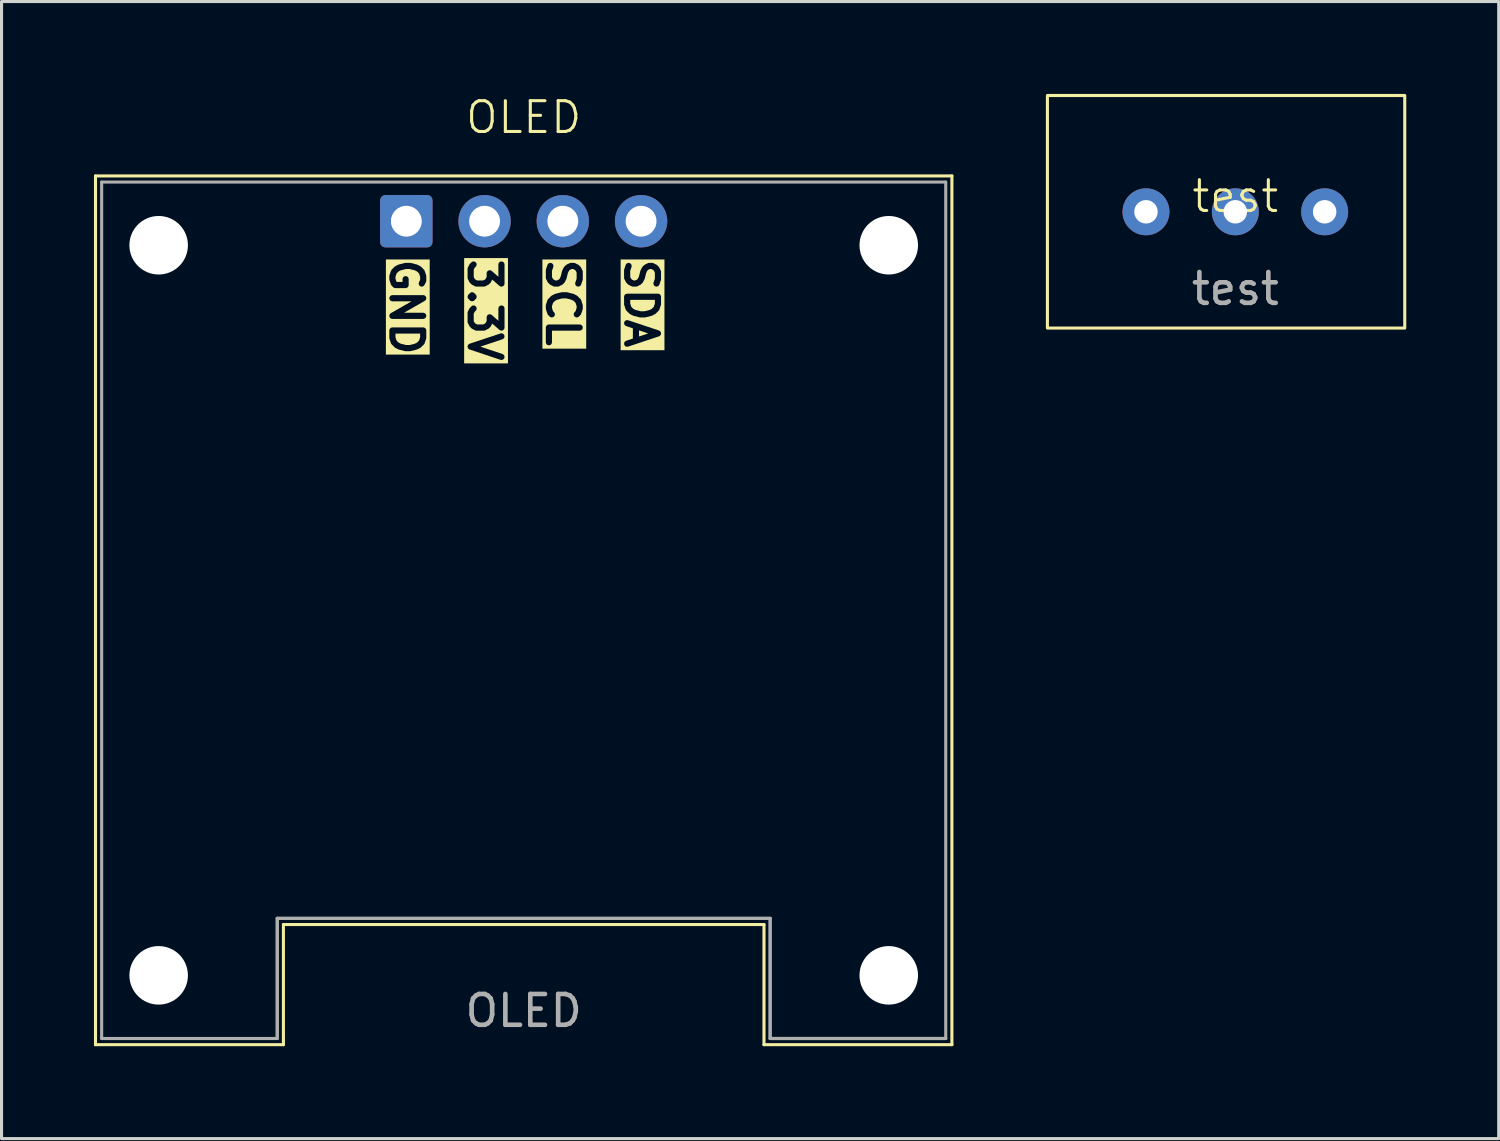
<source format=kicad_pcb>
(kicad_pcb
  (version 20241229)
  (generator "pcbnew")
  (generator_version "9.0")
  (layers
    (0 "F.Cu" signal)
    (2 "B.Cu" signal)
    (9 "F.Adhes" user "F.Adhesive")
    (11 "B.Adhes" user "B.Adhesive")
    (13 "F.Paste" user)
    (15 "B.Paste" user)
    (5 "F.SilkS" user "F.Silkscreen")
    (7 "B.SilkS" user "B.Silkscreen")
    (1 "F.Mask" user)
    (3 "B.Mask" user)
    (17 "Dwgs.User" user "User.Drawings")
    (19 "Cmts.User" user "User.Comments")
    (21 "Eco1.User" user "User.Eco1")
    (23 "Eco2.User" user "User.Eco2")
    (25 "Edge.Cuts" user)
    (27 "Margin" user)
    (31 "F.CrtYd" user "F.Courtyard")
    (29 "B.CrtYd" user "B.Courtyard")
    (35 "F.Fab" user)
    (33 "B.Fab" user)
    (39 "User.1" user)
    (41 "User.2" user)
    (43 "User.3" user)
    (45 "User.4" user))
  (footprint "OLED"
    (layer "F.Cu")
    (at 13.95 16.761)
    (property "Reference" "OLED" (at 0 -16 0) (unlocked yes) (layer "F.SilkS") (effects (font (size 1 1) (thickness 0.1))))
    (attr through_hole)
    (fp_line (start -13.9 -14.1) (end -13.9 14.1) (stroke (width 0.1) (type default)) (layer "F.SilkS"))
    (fp_line (start -13.9 -14.1) (end 13.9 -14.1) (stroke (width 0.1) (type default)) (layer "F.SilkS"))
    (fp_line (start -13.9 14.1) (end -7.8 14.1) (stroke (width 0.1) (type default)) (layer "F.SilkS"))
    (fp_line (start -7.8 10.2) (end 7.8 10.2) (stroke (width 0.1) (type default)) (layer "F.SilkS"))
    (fp_line (start -7.8 14.1) (end -7.8 10.2) (stroke (width 0.1) (type default)) (layer "F.SilkS"))
    (fp_line (start 7.8 14.1) (end 7.8 10.2) (stroke (width 0.1) (type default)) (layer "F.SilkS"))
    (fp_line (start 7.8 14.1) (end 13.9 14.1) (stroke (width 0.1) (type default)) (layer "F.SilkS"))
    (fp_line (start 13.9 14.1) (end 13.9 -14.1) (stroke (width 0.1) (type default)) (layer "F.SilkS"))
    (fp_line (start -13.7 -13.9) (end -13.7 13.9) (stroke (width 0.1) (type default)) (layer "F.Fab"))
    (fp_line (start -13.7 -13.9) (end 13.7 -13.9) (stroke (width 0.1) (type default)) (layer "F.Fab"))
    (fp_line (start -13.7 13.9) (end -8 13.9) (stroke (width 0.1) (type default)) (layer "F.Fab"))
    (fp_line (start -8 10) (end 8 10) (stroke (width 0.1) (type default)) (layer "F.Fab"))
    (fp_line (start -8 10) (end 8 10) (stroke (width 0.1) (type default)) (layer "F.Fab"))
    (fp_line (start -8 13.9) (end -8 10) (stroke (width 0.1) (type default)) (layer "F.Fab"))
    (fp_line (start -8 13.9) (end -8 10) (stroke (width 0.1) (type default)) (layer "F.Fab"))
    (fp_line (start 8 13.9) (end 8 10) (stroke (width 0.1) (type default)) (layer "F.Fab"))
    (fp_line (start 8 13.9) (end 8 10) (stroke (width 0.1) (type default)) (layer "F.Fab"))
    (fp_line (start 8 13.9) (end 13.7 13.9) (stroke (width 0.1) (type default)) (layer "F.Fab"))
    (fp_line (start 8 13.9) (end 13.7 13.9) (stroke (width 0.1) (type default)) (layer "F.Fab"))
    (fp_line (start 13.7 13.9) (end 13.7 -13.9) (stroke (width 0.1) (type default)) (layer "F.Fab"))
    (fp_text user "SCL" (at 1.27 -11.5 270) (unlocked yes) (layer "F.SilkS" knockout) (effects (font (size 1 1) (thickness 0.2) (bold yes)) (justify left)))
    (fp_text user "3.3V" (at -1.27 -11.5 270) (unlocked yes) (layer "F.SilkS" knockout) (effects (font (size 1 1) (thickness 0.2) (bold yes)) (justify left)))
    (fp_text user "SDA" (at 3.81 -11.5 270) (unlocked yes) (layer "F.SilkS" knockout) (effects (font (size 1 1) (thickness 0.2) (bold yes)) (justify left)))
    (fp_text user "GND" (at -3.81 -11.5 270) (unlocked yes) (layer "F.SilkS" knockout) (effects (font (size 1 1) (thickness 0.2) (bold yes)) (justify left)))
    (fp_text user "${REFERENCE}" (at 0 13 0) (unlocked yes) (layer "F.Fab") (effects (font (size 1 1) (thickness 0.15))))
    (pad "" np_thru_hole circle (at -11.85 -11.85) (size 1.9 1.9) (drill 1.9) (layers "*.Cu" "*.Mask"))
    (pad "" np_thru_hole circle (at -11.85 11.85) (size 1.9 1.9) (drill 1.9) (layers "*.Cu" "*.Mask"))
    (pad "" np_thru_hole circle (at 11.85 -11.85) (size 1.9 1.9) (drill 1.9) (layers "*.Cu" "*.Mask"))
    (pad "" np_thru_hole circle (at 11.85 11.85) (size 1.9 1.9) (drill 1.9) (layers "*.Cu" "*.Mask"))
    (pad "1" thru_hole roundrect (at -3.81 -12.63) (size 1.7 1.7) (drill 1) (layers "*.Cu" "*.Mask") (roundrect_rratio 0.1))
    (pad "2" thru_hole circle (at -1.27 -12.63) (size 1.7 1.7) (drill 1) (layers "*.Cu" "*.Mask"))
    (pad "3" thru_hole circle (at 1.27 -12.63) (size 1.7 1.7) (drill 1) (layers "*.Cu" "*.Mask"))
    (pad "4" thru_hole circle (at 3.81 -12.63) (size 1.7 1.7) (drill 1) (layers "*.Cu" "*.Mask")))
  (footprint "test"
    (layer "F.Cu")
    (at 37.05 3.825)
    (property "Reference" "test" (at 0 -0.5 0) (unlocked yes) (layer "F.SilkS") (effects (font (size 1 1) (thickness 0.1))))
    (attr through_hole)
    (fp_rect (start -6.1 -3.775) (end 5.5 3.775) (stroke (width 0.1) (type default)) (fill no) (layer "F.SilkS"))
    (fp_text user "${REFERENCE}" (at 0 2.5 0) (unlocked yes) (layer "F.Fab") (effects (font (size 1 1) (thickness 0.15))))
    (pad "1" thru_hole circle (at -2.9 0) (size 1.524 1.524) (drill 0.762) (layers "*.Cu" "*.Mask"))
    (pad "2" thru_hole circle (at 0 0) (size 1.524 1.524) (drill 0.762) (layers "*.Cu" "*.Mask"))
    (pad "3" thru_hole circle (at 2.9 0) (size 1.524 1.524) (drill 0.762) (layers "*.Cu" "*.Mask")))
  (gr_rect
    (start -3 -3)
    (end 45.6 33.91)
    (stroke (width 0.1) (type default))
    (fill no)
    (layer "Edge.Cuts")))
</source>
